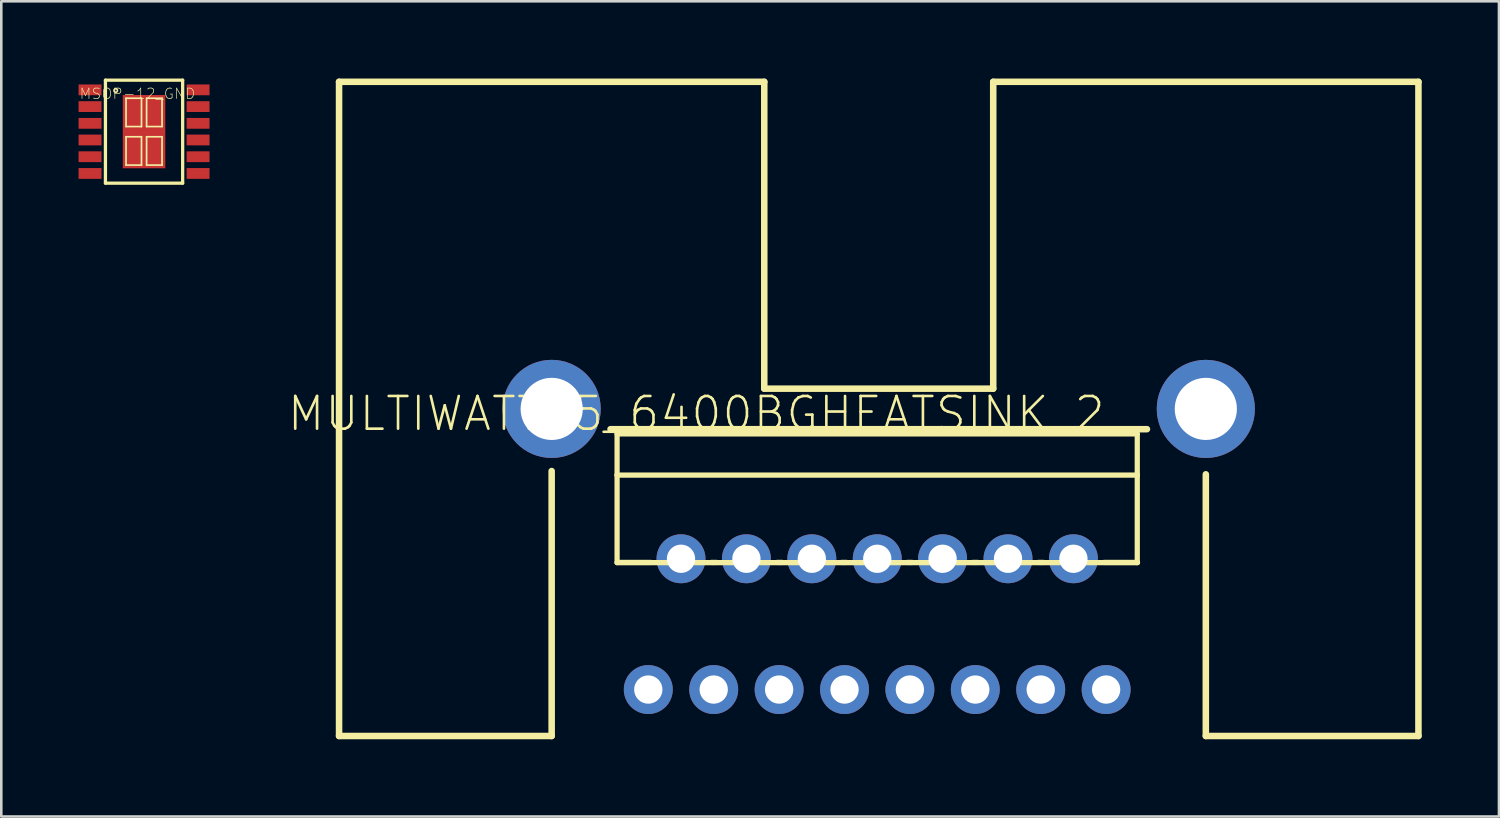
<source format=kicad_pcb>
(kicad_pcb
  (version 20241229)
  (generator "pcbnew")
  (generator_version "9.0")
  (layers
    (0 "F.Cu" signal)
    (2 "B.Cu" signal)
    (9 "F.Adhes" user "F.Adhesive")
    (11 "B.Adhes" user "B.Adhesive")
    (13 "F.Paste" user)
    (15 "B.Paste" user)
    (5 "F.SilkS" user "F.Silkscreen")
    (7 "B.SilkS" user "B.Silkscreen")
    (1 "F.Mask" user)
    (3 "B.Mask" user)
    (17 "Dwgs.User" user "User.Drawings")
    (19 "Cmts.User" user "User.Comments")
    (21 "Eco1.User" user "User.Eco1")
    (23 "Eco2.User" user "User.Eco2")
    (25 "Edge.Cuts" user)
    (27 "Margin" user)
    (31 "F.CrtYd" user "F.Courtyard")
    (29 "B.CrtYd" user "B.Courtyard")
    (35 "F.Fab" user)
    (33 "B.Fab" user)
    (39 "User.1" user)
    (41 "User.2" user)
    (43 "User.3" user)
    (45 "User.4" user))
  (footprint "MSOP-12_GND"
    (layer "F.Cu")
    (at 2.543 2.062)
    (property "Reference" "MSOP-12_GND" (at -0.254 -1.473 0) (layer "F.SilkS") (effects (font (size 0.406 0.406) (thickness 0.025))))
    (attr smd)
    (fp_line (start -1.499 -1.999) (end -1.499 1.999) (stroke (width 0.127) (type solid)) (layer "F.SilkS"))
    (fp_line (start -1.499 1.999) (end 1.499 1.999) (stroke (width 0.127) (type solid)) (layer "F.SilkS"))
    (fp_line (start -0.699 -1.298) (end -0.099 -1.298) (stroke (width 0.066) (type solid)) (layer "F.SilkS"))
    (fp_line (start -0.699 -0.198) (end -0.699 -1.298) (stroke (width 0.066) (type solid)) (layer "F.SilkS"))
    (fp_line (start -0.699 -0.198) (end -0.099 -0.198) (stroke (width 0.066) (type solid)) (layer "F.SilkS"))
    (fp_line (start -0.699 0.198) (end -0.099 0.198) (stroke (width 0.066) (type solid)) (layer "F.SilkS"))
    (fp_line (start -0.699 1.298) (end -0.699 0.198) (stroke (width 0.066) (type solid)) (layer "F.SilkS"))
    (fp_line (start -0.699 1.298) (end -0.099 1.298) (stroke (width 0.066) (type solid)) (layer "F.SilkS"))
    (fp_line (start -0.099 -0.198) (end -0.099 -1.298) (stroke (width 0.066) (type solid)) (layer "F.SilkS"))
    (fp_line (start -0.099 1.298) (end -0.099 0.198) (stroke (width 0.066) (type solid)) (layer "F.SilkS"))
    (fp_line (start 0.099 -1.298) (end 0.699 -1.298) (stroke (width 0.066) (type solid)) (layer "F.SilkS"))
    (fp_line (start 0.099 -0.198) (end 0.099 -1.298) (stroke (width 0.066) (type solid)) (layer "F.SilkS"))
    (fp_line (start 0.099 -0.198) (end 0.699 -0.198) (stroke (width 0.066) (type solid)) (layer "F.SilkS"))
    (fp_line (start 0.099 0.198) (end 0.699 0.198) (stroke (width 0.066) (type solid)) (layer "F.SilkS"))
    (fp_line (start 0.099 1.298) (end 0.099 0.198) (stroke (width 0.066) (type solid)) (layer "F.SilkS"))
    (fp_line (start 0.099 1.298) (end 0.699 1.298) (stroke (width 0.066) (type solid)) (layer "F.SilkS"))
    (fp_line (start 0.699 -0.198) (end 0.699 -1.298) (stroke (width 0.066) (type solid)) (layer "F.SilkS"))
    (fp_line (start 0.699 1.298) (end 0.699 0.198) (stroke (width 0.066) (type solid)) (layer "F.SilkS"))
    (fp_line (start 1.499 -1.999) (end -1.499 -1.999) (stroke (width 0.127) (type solid)) (layer "F.SilkS"))
    (fp_line (start 1.499 1.999) (end 1.499 -1.999) (stroke (width 0.127) (type solid)) (layer "F.SilkS"))
    (fp_circle (center -1.1 -1.598) (end -1.148 -1.646) (stroke (width 0.064) (type solid)) (fill no) (layer "F.SilkS"))
    (pad "1" smd rect (at -2.098 -1.623 180) (size 0.889 0.419) (layers "F.Cu" "F.Mask" "F.Paste"))
    (pad "2" smd rect (at -2.098 -0.973 180) (size 0.889 0.419) (layers "F.Cu" "F.Mask" "F.Paste"))
    (pad "3" smd rect (at -2.098 -0.323 180) (size 0.889 0.419) (layers "F.Cu" "F.Mask" "F.Paste"))
    (pad "4" smd rect (at -2.098 0.323 180) (size 0.889 0.419) (layers "F.Cu" "F.Mask" "F.Paste"))
    (pad "5" smd rect (at -2.098 0.973 180) (size 0.889 0.419) (layers "F.Cu" "F.Mask" "F.Paste"))
    (pad "6" smd rect (at -2.098 1.623 180) (size 0.889 0.419) (layers "F.Cu" "F.Mask" "F.Paste"))
    (pad "7" smd rect (at 2.098 1.623 180) (size 0.889 0.419) (layers "F.Cu" "F.Mask" "F.Paste"))
    (pad "8" smd rect (at 2.098 0.973 180) (size 0.889 0.419) (layers "F.Cu" "F.Mask" "F.Paste"))
    (pad "9" smd rect (at 2.098 0.323 180) (size 0.889 0.419) (layers "F.Cu" "F.Mask" "F.Paste"))
    (pad "10" smd rect (at 2.098 -0.323 180) (size 0.889 0.419) (layers "F.Cu" "F.Mask" "F.Paste"))
    (pad "11" smd rect (at 2.098 -0.973 180) (size 0.889 0.419) (layers "F.Cu" "F.Mask" "F.Paste"))
    (pad "12" smd rect (at 2.098 -1.623 180) (size 0.889 0.419) (layers "F.Cu" "F.Mask" "F.Paste"))
    (pad "13" smd rect (at 0 0 90) (size 2.845 1.651) (layers "F.Cu" "F.Mask" "F.Paste")))
  (footprint "MULTIWATT15_6400BGHEATSINK_2"
    (layer "F.Cu")
    (at 31.07 21.336)
    (property "Reference" "MULTIWATT15_6400BGHEATSINK_2" (at -7.084 -8.324 0) (layer "F.SilkS") (effects (font (size 1.27 1.27) (thickness 0.102))))
    (attr exclude_from_pos_files exclude_from_bom)
    (fp_line (start -20.955 -21.209) (end -4.445 -21.209) (stroke (width 0.254) (type solid)) (layer "F.SilkS"))
    (fp_line (start -20.955 4.191) (end -20.955 -21.209) (stroke (width 0.254) (type solid)) (layer "F.SilkS"))
    (fp_line (start -12.7 -6.096) (end -12.7 4.191) (stroke (width 0.254) (type solid)) (layer "F.SilkS"))
    (fp_line (start -12.7 4.191) (end -20.955 4.191) (stroke (width 0.254) (type solid)) (layer "F.SilkS"))
    (fp_line (start -10.414 -7.722) (end 10.414 -7.722) (stroke (width 0.254) (type solid)) (layer "F.SilkS"))
    (fp_line (start -10.16 -7.539) (end 10.038 -7.539) (stroke (width 0.203) (type solid)) (layer "F.SilkS"))
    (fp_line (start -10.16 -5.939) (end -10.16 -7.539) (stroke (width 0.203) (type solid)) (layer "F.SilkS"))
    (fp_line (start -10.16 -5.939) (end 10.038 -5.939) (stroke (width 0.203) (type solid)) (layer "F.SilkS"))
    (fp_line (start -10.16 -2.54) (end -10.16 -5.939) (stroke (width 0.203) (type solid)) (layer "F.SilkS"))
    (fp_line (start -10.15 -2.548) (end -8.849 -2.548) (stroke (width 0.203) (type solid)) (layer "F.SilkS"))
    (fp_line (start -6.5 -2.548) (end -6.299 -2.548) (stroke (width 0.203) (type solid)) (layer "F.SilkS"))
    (fp_line (start -4.445 -21.209) (end -4.445 -9.296) (stroke (width 0.254) (type solid)) (layer "F.SilkS"))
    (fp_line (start -4.445 -9.296) (end 4.445 -9.296) (stroke (width 0.254) (type solid)) (layer "F.SilkS"))
    (fp_line (start -3.95 -2.548) (end -3.749 -2.548) (stroke (width 0.203) (type solid)) (layer "F.SilkS"))
    (fp_line (start -1.448 -2.548) (end -1.25 -2.548) (stroke (width 0.203) (type solid)) (layer "F.SilkS"))
    (fp_line (start 1.1 -2.548) (end 1.298 -2.548) (stroke (width 0.203) (type solid)) (layer "F.SilkS"))
    (fp_line (start 3.65 -2.548) (end 3.848 -2.548) (stroke (width 0.203) (type solid)) (layer "F.SilkS"))
    (fp_line (start 4.445 -21.209) (end 20.955 -21.209) (stroke (width 0.254) (type solid)) (layer "F.SilkS"))
    (fp_line (start 4.445 -9.296) (end 4.445 -21.209) (stroke (width 0.254) (type solid)) (layer "F.SilkS"))
    (fp_line (start 6.198 -2.548) (end 6.398 -2.548) (stroke (width 0.203) (type solid)) (layer "F.SilkS"))
    (fp_line (start 10.038 -7.539) (end 10.038 -5.939) (stroke (width 0.203) (type solid)) (layer "F.SilkS"))
    (fp_line (start 10.038 -5.939) (end 10.038 -2.54) (stroke (width 0.203) (type solid)) (layer "F.SilkS"))
    (fp_line (start 10.038 -2.54) (end -10.16 -2.54) (stroke (width 0.203) (type solid)) (layer "F.SilkS"))
    (fp_line (start 10.048 -2.548) (end 8.748 -2.548) (stroke (width 0.203) (type solid)) (layer "F.SilkS"))
    (fp_line (start 12.7 -5.969) (end 12.7 4.191) (stroke (width 0.254) (type solid)) (layer "F.SilkS"))
    (fp_line (start 12.7 4.191) (end 20.955 4.191) (stroke (width 0.254) (type solid)) (layer "F.SilkS"))
    (fp_line (start 20.955 4.191) (end 20.955 -21.209) (stroke (width 0.254) (type solid)) (layer "F.SilkS"))
    (pad "1" thru_hole circle (at -8.948 2.388) (size 1.9 1.9) (drill 1.1) (layers "*.Cu" "*.Paste" "*.Mask"))
    (pad "2" thru_hole circle (at -7.678 -2.69) (size 1.9 1.9) (drill 1.1) (layers "*.Cu" "*.Paste" "*.Mask"))
    (pad "3" thru_hole circle (at -6.408 2.388) (size 1.9 1.9) (drill 1.1) (layers "*.Cu" "*.Paste" "*.Mask"))
    (pad "4" thru_hole circle (at -5.138 -2.69) (size 1.9 1.9) (drill 1.1) (layers "*.Cu" "*.Paste" "*.Mask"))
    (pad "5" thru_hole circle (at -3.868 2.388) (size 1.9 1.9) (drill 1.1) (layers "*.Cu" "*.Paste" "*.Mask"))
    (pad "6" thru_hole circle (at -2.598 -2.69) (size 1.9 1.9) (drill 1.1) (layers "*.Cu" "*.Paste" "*.Mask"))
    (pad "7" thru_hole circle (at -1.328 2.388) (size 1.9 1.9) (drill 1.1) (layers "*.Cu" "*.Paste" "*.Mask"))
    (pad "8" thru_hole circle (at -0.058 -2.69) (size 1.9 1.9) (drill 1.1) (layers "*.Cu" "*.Paste" "*.Mask"))
    (pad "9" thru_hole circle (at 1.209 2.388) (size 1.9 1.9) (drill 1.1) (layers "*.Cu" "*.Paste" "*.Mask"))
    (pad "10" thru_hole circle (at 2.479 -2.69) (size 1.9 1.9) (drill 1.1) (layers "*.Cu" "*.Paste" "*.Mask"))
    (pad "11" thru_hole circle (at 3.749 2.388) (size 1.9 1.9) (drill 1.1) (layers "*.Cu" "*.Paste" "*.Mask"))
    (pad "12" thru_hole circle (at 5.019 -2.69) (size 1.9 1.9) (drill 1.1) (layers "*.Cu" "*.Paste" "*.Mask"))
    (pad "13" thru_hole circle (at 6.289 2.388) (size 1.9 1.9) (drill 1.1) (layers "*.Cu" "*.Paste" "*.Mask"))
    (pad "14" thru_hole circle (at 7.559 -2.69) (size 1.9 1.9) (drill 1.1) (layers "*.Cu" "*.Paste" "*.Mask"))
    (pad "15" thru_hole circle (at 8.829 2.388) (size 1.9 1.9) (drill 1.1) (layers "*.Cu" "*.Paste" "*.Mask"))
    (pad "P$1" thru_hole circle (at -12.7 -8.509) (size 3.81 3.81) (drill 2.413) (layers "*.Cu" "*.Paste" "*.Mask"))
    (pad "P$2" thru_hole circle (at 12.7 -8.509) (size 3.81 3.81) (drill 2.413) (layers "*.Cu" "*.Paste" "*.Mask")))
  (gr_rect
    (start -3 -3)
    (end 55.152 28.654)
    (stroke (width 0.1) (type default))
    (fill no)
    (layer "Edge.Cuts")))
</source>
